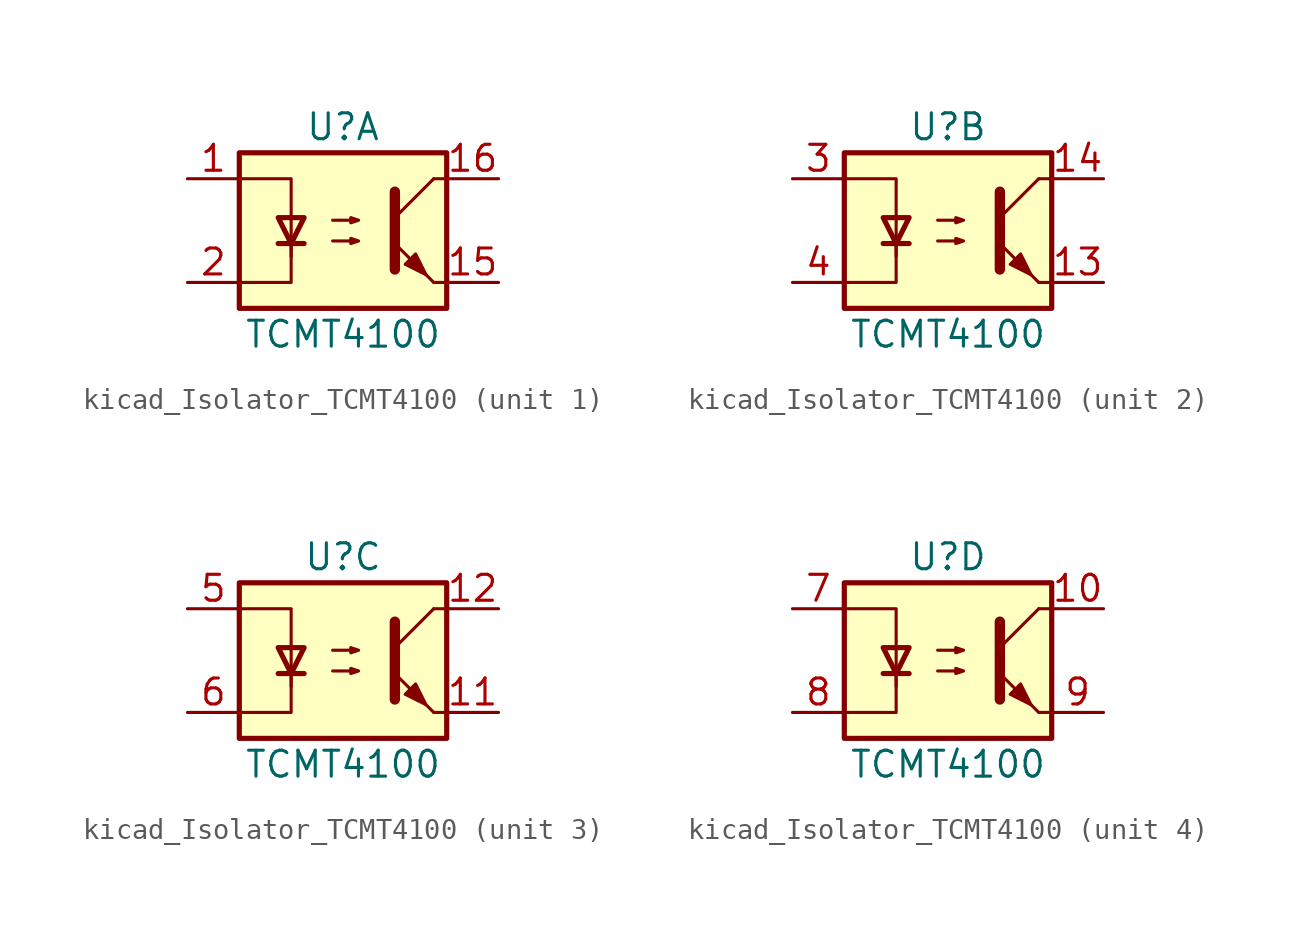
<source format=kicad_sym>
(kicad_symbol_lib
  (version 20220914)
  (generator kicad_symbol_editor)
  (symbol "kicad_Isolator_TCMT4100"
    (pin_names
      (offset 1.016))
    (property "Reference" "U"
      (at 0 5.08 0)
      (effects (font (size 1.27 1.27))))
    (property "Value" "TCMT4100"
      (at 0 -5.08 0)
      (effects (font (size 1.27 1.27))))
    (symbol "kicad_Isolator_TCMT4100_1_1"
      (rectangle (start -5.08 3.81) (end 5.08 -3.81) (stroke (width 0.254) (type default)) (fill (type background)))
      (polyline (pts (xy -3.175 -0.635) (xy -1.905 -0.635)) (stroke (width 0.254) (type default)) (fill (type none)))
      (polyline (pts (xy 2.54 0.635) (xy 4.445 2.54)) (stroke (width 0) (type default)) (fill (type none)))
      (polyline (pts (xy 4.445 -2.54) (xy 2.54 -0.635)) (stroke (width 0) (type default)) (fill (type outline)))
      (polyline (pts (xy 4.445 -2.54) (xy 5.08 -2.54)) (stroke (width 0) (type default)) (fill (type none)))
      (polyline (pts (xy 4.445 2.54) (xy 5.08 2.54)) (stroke (width 0) (type default)) (fill (type none)))
      (polyline (pts (xy -2.54 -0.635) (xy -2.54 -2.54) (xy -5.08 -2.54)) (stroke (width 0) (type default)) (fill (type none)))
      (polyline (pts (xy 2.54 1.905) (xy 2.54 -1.905) (xy 2.54 -1.905)) (stroke (width 0.508) (type default)) (fill (type none)))
      (polyline (pts (xy -5.08 2.54) (xy -2.54 2.54) (xy -2.54 -1.27) (xy -2.54 0.635)) (stroke (width 0) (type default)) (fill (type none)))
      (polyline (pts (xy -2.54 -0.635) (xy -3.175 0.635) (xy -1.905 0.635) (xy -2.54 -0.635)) (stroke (width 0.254) (type default)) (fill (type none)))
      (polyline (pts (xy -0.508 -0.508) (xy 0.762 -0.508) (xy 0.381 -0.635) (xy 0.381 -0.381) (xy 0.762 -0.508)) (stroke (width 0) (type default)) (fill (type none)))
      (polyline (pts (xy -0.508 0.508) (xy 0.762 0.508) (xy 0.381 0.381) (xy 0.381 0.635) (xy 0.762 0.508)) (stroke (width 0) (type default)) (fill (type none)))
      (polyline (pts (xy 3.048 -1.651) (xy 3.556 -1.143) (xy 4.064 -2.159) (xy 3.048 -1.651) (xy 3.048 -1.651)) (stroke (width 0) (type default)) (fill (type outline)))
      (pin passive line (at -7.62 2.54 0) (length 2.54) (name "~" (effects (font (size 1.27 1.27)))) (number "1" (effects (font (size 1.27 1.27)))))
      (pin passive line (at 7.62 -2.54 180) (length 2.54) (name "~" (effects (font (size 1.27 1.27)))) (number "15" (effects (font (size 1.27 1.27)))))
      (pin passive line (at 7.62 2.54 180) (length 2.54) (name "~" (effects (font (size 1.27 1.27)))) (number "16" (effects (font (size 1.27 1.27)))))
      (pin passive line (at -7.62 -2.54 0) (length 2.54) (name "~" (effects (font (size 1.27 1.27)))) (number "2" (effects (font (size 1.27 1.27))))))
    (symbol "kicad_Isolator_TCMT4100_2_1"
      (rectangle (start -5.08 3.81) (end 5.08 -3.81) (stroke (width 0.254) (type default)) (fill (type background)))
      (polyline (pts (xy -3.175 -0.635) (xy -1.905 -0.635)) (stroke (width 0.254) (type default)) (fill (type none)))
      (polyline (pts (xy 2.54 0.635) (xy 4.445 2.54)) (stroke (width 0) (type default)) (fill (type none)))
      (polyline (pts (xy 4.445 -2.54) (xy 2.54 -0.635)) (stroke (width 0) (type default)) (fill (type outline)))
      (polyline (pts (xy 4.445 -2.54) (xy 5.08 -2.54)) (stroke (width 0) (type default)) (fill (type none)))
      (polyline (pts (xy 4.445 2.54) (xy 5.08 2.54)) (stroke (width 0) (type default)) (fill (type none)))
      (polyline (pts (xy -2.54 -0.635) (xy -2.54 -2.54) (xy -5.08 -2.54)) (stroke (width 0) (type default)) (fill (type none)))
      (polyline (pts (xy 2.54 1.905) (xy 2.54 -1.905) (xy 2.54 -1.905)) (stroke (width 0.508) (type default)) (fill (type none)))
      (polyline (pts (xy -5.08 2.54) (xy -2.54 2.54) (xy -2.54 -1.27) (xy -2.54 0.635)) (stroke (width 0) (type default)) (fill (type none)))
      (polyline (pts (xy -2.54 -0.635) (xy -3.175 0.635) (xy -1.905 0.635) (xy -2.54 -0.635)) (stroke (width 0.254) (type default)) (fill (type none)))
      (polyline (pts (xy -0.508 -0.508) (xy 0.762 -0.508) (xy 0.381 -0.635) (xy 0.381 -0.381) (xy 0.762 -0.508)) (stroke (width 0) (type default)) (fill (type none)))
      (polyline (pts (xy -0.508 0.508) (xy 0.762 0.508) (xy 0.381 0.381) (xy 0.381 0.635) (xy 0.762 0.508)) (stroke (width 0) (type default)) (fill (type none)))
      (polyline (pts (xy 3.048 -1.651) (xy 3.556 -1.143) (xy 4.064 -2.159) (xy 3.048 -1.651) (xy 3.048 -1.651)) (stroke (width 0) (type default)) (fill (type outline)))
      (pin passive line (at 7.62 -2.54 180) (length 2.54) (name "~" (effects (font (size 1.27 1.27)))) (number "13" (effects (font (size 1.27 1.27)))))
      (pin passive line (at 7.62 2.54 180) (length 2.54) (name "~" (effects (font (size 1.27 1.27)))) (number "14" (effects (font (size 1.27 1.27)))))
      (pin passive line (at -7.62 2.54 0) (length 2.54) (name "~" (effects (font (size 1.27 1.27)))) (number "3" (effects (font (size 1.27 1.27)))))
      (pin passive line (at -7.62 -2.54 0) (length 2.54) (name "~" (effects (font (size 1.27 1.27)))) (number "4" (effects (font (size 1.27 1.27))))))
    (symbol "kicad_Isolator_TCMT4100_3_1"
      (rectangle (start -5.08 3.81) (end 5.08 -3.81) (stroke (width 0.254) (type default)) (fill (type background)))
      (polyline (pts (xy -3.175 -0.635) (xy -1.905 -0.635)) (stroke (width 0.254) (type default)) (fill (type none)))
      (polyline (pts (xy 2.54 0.635) (xy 4.445 2.54)) (stroke (width 0) (type default)) (fill (type none)))
      (polyline (pts (xy 4.445 -2.54) (xy 2.54 -0.635)) (stroke (width 0) (type default)) (fill (type outline)))
      (polyline (pts (xy 4.445 -2.54) (xy 5.08 -2.54)) (stroke (width 0) (type default)) (fill (type none)))
      (polyline (pts (xy 4.445 2.54) (xy 5.08 2.54)) (stroke (width 0) (type default)) (fill (type none)))
      (polyline (pts (xy -2.54 -0.635) (xy -2.54 -2.54) (xy -5.08 -2.54)) (stroke (width 0) (type default)) (fill (type none)))
      (polyline (pts (xy 2.54 1.905) (xy 2.54 -1.905) (xy 2.54 -1.905)) (stroke (width 0.508) (type default)) (fill (type none)))
      (polyline (pts (xy -5.08 2.54) (xy -2.54 2.54) (xy -2.54 -1.27) (xy -2.54 0.635)) (stroke (width 0) (type default)) (fill (type none)))
      (polyline (pts (xy -2.54 -0.635) (xy -3.175 0.635) (xy -1.905 0.635) (xy -2.54 -0.635)) (stroke (width 0.254) (type default)) (fill (type none)))
      (polyline (pts (xy -0.508 -0.508) (xy 0.762 -0.508) (xy 0.381 -0.635) (xy 0.381 -0.381) (xy 0.762 -0.508)) (stroke (width 0) (type default)) (fill (type none)))
      (polyline (pts (xy -0.508 0.508) (xy 0.762 0.508) (xy 0.381 0.381) (xy 0.381 0.635) (xy 0.762 0.508)) (stroke (width 0) (type default)) (fill (type none)))
      (polyline (pts (xy 3.048 -1.651) (xy 3.556 -1.143) (xy 4.064 -2.159) (xy 3.048 -1.651) (xy 3.048 -1.651)) (stroke (width 0) (type default)) (fill (type outline)))
      (pin passive line (at 7.62 -2.54 180) (length 2.54) (name "~" (effects (font (size 1.27 1.27)))) (number "11" (effects (font (size 1.27 1.27)))))
      (pin passive line (at 7.62 2.54 180) (length 2.54) (name "~" (effects (font (size 1.27 1.27)))) (number "12" (effects (font (size 1.27 1.27)))))
      (pin passive line (at -7.62 2.54 0) (length 2.54) (name "~" (effects (font (size 1.27 1.27)))) (number "5" (effects (font (size 1.27 1.27)))))
      (pin passive line (at -7.62 -2.54 0) (length 2.54) (name "~" (effects (font (size 1.27 1.27)))) (number "6" (effects (font (size 1.27 1.27))))))
    (symbol "kicad_Isolator_TCMT4100_4_1"
      (rectangle (start -5.08 3.81) (end 5.08 -3.81) (stroke (width 0.254) (type default)) (fill (type background)))
      (polyline (pts (xy -3.175 -0.635) (xy -1.905 -0.635)) (stroke (width 0.254) (type default)) (fill (type none)))
      (polyline (pts (xy 2.54 0.635) (xy 4.445 2.54)) (stroke (width 0) (type default)) (fill (type none)))
      (polyline (pts (xy 4.445 -2.54) (xy 2.54 -0.635)) (stroke (width 0) (type default)) (fill (type outline)))
      (polyline (pts (xy 4.445 -2.54) (xy 5.08 -2.54)) (stroke (width 0) (type default)) (fill (type none)))
      (polyline (pts (xy 4.445 2.54) (xy 5.08 2.54)) (stroke (width 0) (type default)) (fill (type none)))
      (polyline (pts (xy -2.54 -0.635) (xy -2.54 -2.54) (xy -5.08 -2.54)) (stroke (width 0) (type default)) (fill (type none)))
      (polyline (pts (xy 2.54 1.905) (xy 2.54 -1.905) (xy 2.54 -1.905)) (stroke (width 0.508) (type default)) (fill (type none)))
      (polyline (pts (xy -5.08 2.54) (xy -2.54 2.54) (xy -2.54 -1.27) (xy -2.54 0.635)) (stroke (width 0) (type default)) (fill (type none)))
      (polyline (pts (xy -2.54 -0.635) (xy -3.175 0.635) (xy -1.905 0.635) (xy -2.54 -0.635)) (stroke (width 0.254) (type default)) (fill (type none)))
      (polyline (pts (xy -0.508 -0.508) (xy 0.762 -0.508) (xy 0.381 -0.635) (xy 0.381 -0.381) (xy 0.762 -0.508)) (stroke (width 0) (type default)) (fill (type none)))
      (polyline (pts (xy -0.508 0.508) (xy 0.762 0.508) (xy 0.381 0.381) (xy 0.381 0.635) (xy 0.762 0.508)) (stroke (width 0) (type default)) (fill (type none)))
      (polyline (pts (xy 3.048 -1.651) (xy 3.556 -1.143) (xy 4.064 -2.159) (xy 3.048 -1.651) (xy 3.048 -1.651)) (stroke (width 0) (type default)) (fill (type outline)))
      (pin passive line (at 7.62 2.54 180) (length 2.54) (name "~" (effects (font (size 1.27 1.27)))) (number "10" (effects (font (size 1.27 1.27)))))
      (pin passive line (at -7.62 2.54 0) (length 2.54) (name "~" (effects (font (size 1.27 1.27)))) (number "7" (effects (font (size 1.27 1.27)))))
      (pin passive line (at -7.62 -2.54 0) (length 2.54) (name "~" (effects (font (size 1.27 1.27)))) (number "8" (effects (font (size 1.27 1.27)))))
      (pin passive line (at 7.62 -2.54 180) (length 2.54) (name "~" (effects (font (size 1.27 1.27)))) (number "9" (effects (font (size 1.27 1.27))))))))
</source>
